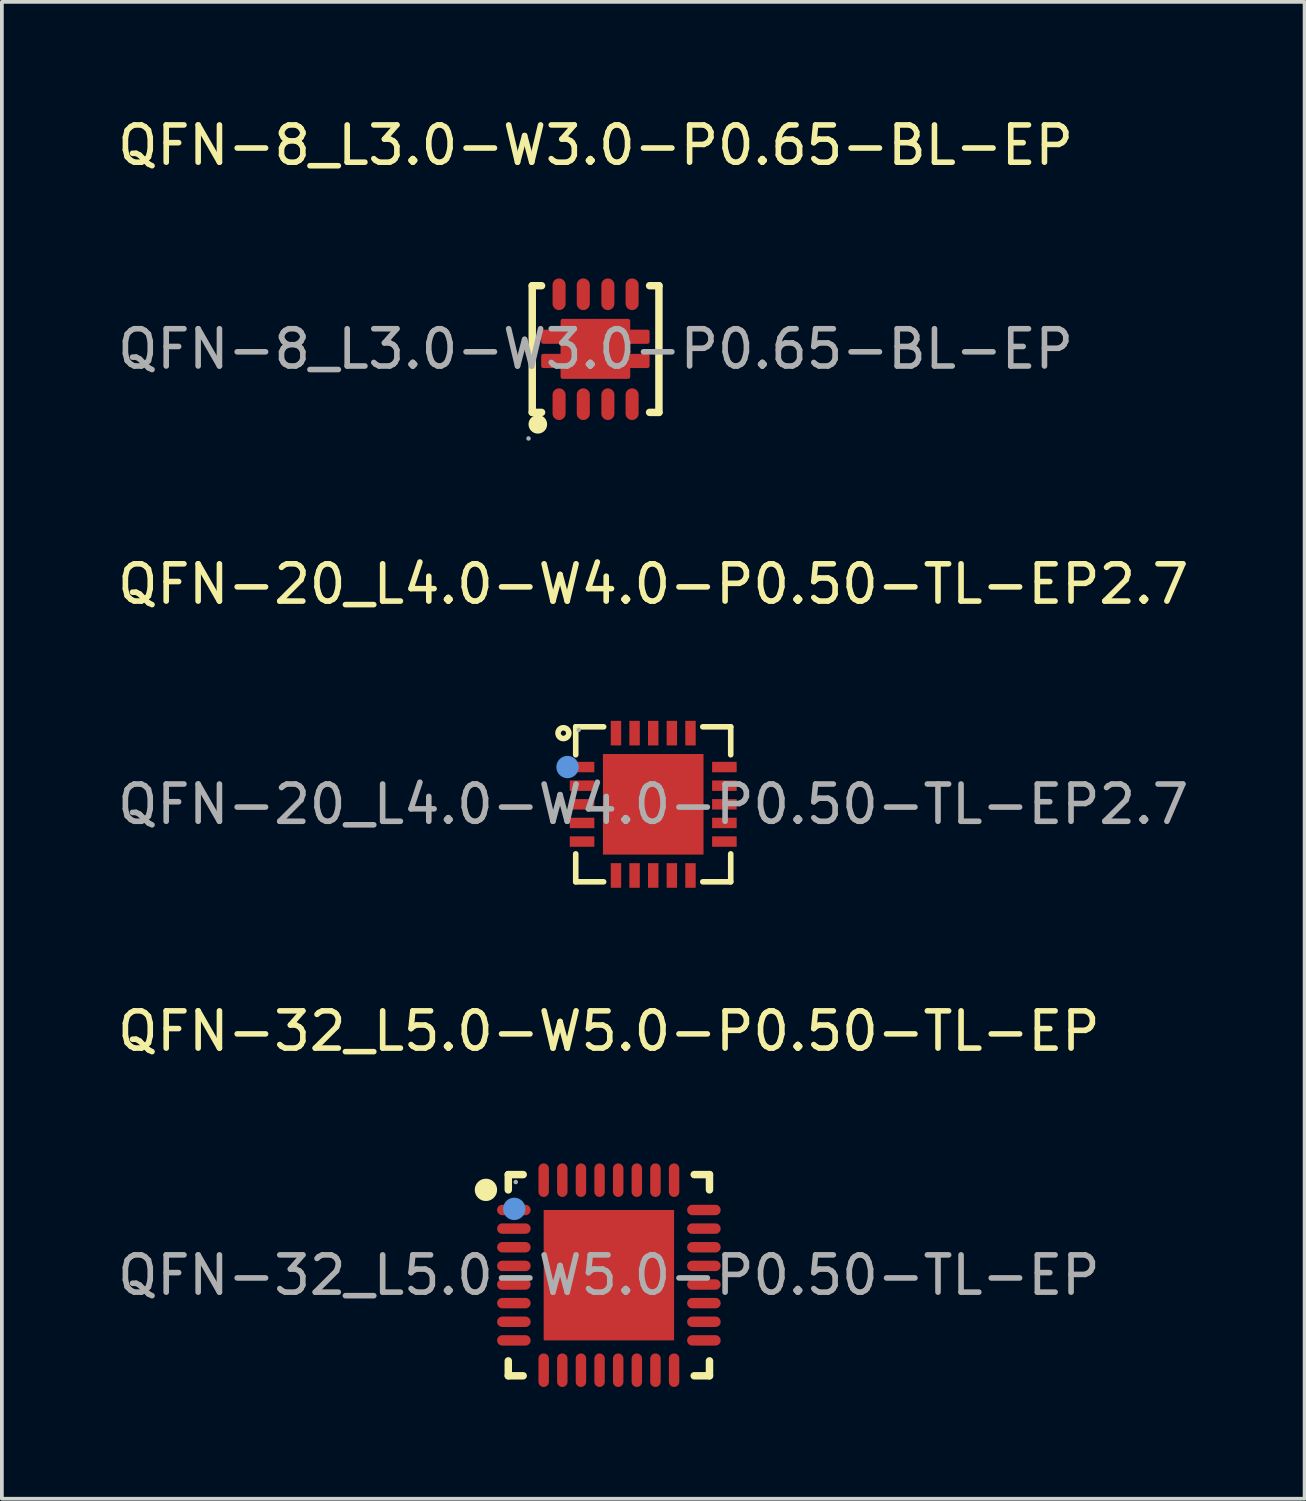
<source format=kicad_pcb>
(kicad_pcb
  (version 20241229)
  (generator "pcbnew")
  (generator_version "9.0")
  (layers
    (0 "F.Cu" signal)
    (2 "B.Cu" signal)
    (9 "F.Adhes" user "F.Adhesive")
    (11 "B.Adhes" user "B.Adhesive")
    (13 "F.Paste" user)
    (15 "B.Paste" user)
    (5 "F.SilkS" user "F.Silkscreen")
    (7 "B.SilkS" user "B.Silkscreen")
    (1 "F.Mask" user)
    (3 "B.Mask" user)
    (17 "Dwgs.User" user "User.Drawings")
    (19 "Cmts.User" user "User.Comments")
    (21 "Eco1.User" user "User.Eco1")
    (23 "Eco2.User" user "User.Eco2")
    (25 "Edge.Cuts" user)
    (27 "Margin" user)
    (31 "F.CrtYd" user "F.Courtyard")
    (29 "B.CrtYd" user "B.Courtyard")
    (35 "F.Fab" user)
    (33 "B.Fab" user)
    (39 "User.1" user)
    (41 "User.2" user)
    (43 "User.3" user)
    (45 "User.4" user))
  (footprint "QFN-8_L3.0-W3.0-P0.65-BL-EP"
    (layer "F.Cu")
    (at 12.935 6.318)
    (property "Reference" "QFN-8_L3.0-W3.0-P0.65-BL-EP" (at 0 -5.47 0) (layer "F.SilkS") (effects (font (size 1 1) (thickness 0.15))))
    (attr through_hole)
    (fp_line (start -1.7 -1.7) (end -1.45 -1.7) (stroke (width 0.2) (type solid)) (layer "F.SilkS"))
    (fp_line (start -1.7 1.7) (end -1.7 -1.7) (stroke (width 0.2) (type solid)) (layer "F.SilkS"))
    (fp_line (start -1.45 1.7) (end -1.7 1.7) (stroke (width 0.2) (type solid)) (layer "F.SilkS"))
    (fp_line (start 1.45 -1.7) (end 1.7 -1.7) (stroke (width 0.2) (type solid)) (layer "F.SilkS"))
    (fp_line (start 1.7 -1.7) (end 1.7 1.7) (stroke (width 0.2) (type solid)) (layer "F.SilkS"))
    (fp_line (start 1.7 1.7) (end 1.45 1.7) (stroke (width 0.2) (type solid)) (layer "F.SilkS"))
    (fp_arc (start -1.55 2.02) (mid -1.55 2.02) (end -1.55 2.02) (stroke (width 0.25) (type solid)) (layer "F.SilkS"))
    (fp_circle (center -1.8 2.4) (end -1.77 2.4) (stroke (width 0.06) (type solid)) (fill no) (layer "F.Fab"))
    (fp_text user "${REFERENCE}" (at 0 0 0) (layer "F.Fab") (effects (font (size 1 1) (thickness 0.15))))
    (pad "1" smd oval (at -0.98 1.48) (size 0.35 0.85) (layers "F.Cu" "F.Mask" "F.Paste"))
    (pad "2" smd oval (at -0.33 1.48) (size 0.35 0.85) (layers "F.Cu" "F.Mask" "F.Paste"))
    (pad "3" smd oval (at 0.33 1.48) (size 0.35 0.85) (layers "F.Cu" "F.Mask" "F.Paste"))
    (pad "4" smd oval (at 0.98 1.48) (size 0.35 0.85) (layers "F.Cu" "F.Mask" "F.Paste"))
    (pad "5" smd oval (at 0.98 -1.47 180) (size 0.35 0.85) (layers "F.Cu" "F.Mask" "F.Paste"))
    (pad "6" smd oval (at 0.33 -1.47 180) (size 0.35 0.85) (layers "F.Cu" "F.Mask" "F.Paste"))
    (pad "7" smd oval (at -0.33 -1.47 180) (size 0.35 0.85) (layers "F.Cu" "F.Mask" "F.Paste"))
    (pad "8" smd oval (at -0.98 -1.47 180) (size 0.35 0.85) (layers "F.Cu" "F.Mask" "F.Paste"))
    (pad "9" smd custom (at 0 0) (size 1 1) (layers "F.Cu" "F.Mask" "F.Paste") (options (anchor circle)) (primitives (gr_poly (pts (xy -1.41 -0.47) (xy -0.89 -0.47) (xy -0.89 -0.76) (xy 0.88 -0.76) (xy 0.88 -0.47) (xy 1.4 -0.47) (xy 1.4 -0.19) (xy 0.88 -0.19) (xy 0.88 0.18) (xy 1.4 0.18) (xy 1.4 0.46) (xy 0.88 0.46) (xy 0.88 0.75) (xy -0.89 0.75) (xy -0.89 0.46) (xy -1.41 0.46) (xy -1.41 0.18) (xy -0.89 0.18) (xy -0.89 -0.19) (xy -1.41 -0.19) (xy -1.41 -0.47)) (width 0.1) (fill yes)))))
  (footprint "QFN-20_L4.0-W4.0-P0.50-TL-EP2.7"
    (layer "F.Cu")
    (at 14.482 18.537)
    (property "Reference" "QFN-20_L4.0-W4.0-P0.50-TL-EP2.7" (at 0 -5.91 0) (layer "F.SilkS") (effects (font (size 1 1) (thickness 0.15))))
    (attr through_hole)
    (fp_line (start -2.08 -2.08) (end -2.08 -1.33) (stroke (width 0.15) (type solid)) (layer "F.SilkS"))
    (fp_line (start -2.08 2.08) (end -2.08 1.33) (stroke (width 0.15) (type solid)) (layer "F.SilkS"))
    (fp_line (start -1.33 -2.08) (end -2.08 -2.08) (stroke (width 0.15) (type solid)) (layer "F.SilkS"))
    (fp_line (start -1.33 2.08) (end -2.08 2.08) (stroke (width 0.15) (type solid)) (layer "F.SilkS"))
    (fp_line (start 1.33 -2.08) (end 2.08 -2.08) (stroke (width 0.15) (type solid)) (layer "F.SilkS"))
    (fp_line (start 1.33 2.08) (end 2.08 2.08) (stroke (width 0.15) (type solid)) (layer "F.SilkS"))
    (fp_line (start 2.08 -2.08) (end 2.08 -1.33) (stroke (width 0.15) (type solid)) (layer "F.SilkS"))
    (fp_line (start 2.08 2.08) (end 2.08 1.33) (stroke (width 0.15) (type solid)) (layer "F.SilkS"))
    (fp_circle (center -2.41 -1.91) (end -2.34 -1.91) (stroke (width 0.15) (type solid)) (fill no) (layer "F.SilkS"))
    (fp_circle (center -2.3 -1) (end -2.15 -1) (stroke (width 0.3) (type solid)) (fill no) (layer "Cmts.User"))
    (fp_circle (center -2 -2) (end -1.97 -2) (stroke (width 0.06) (type solid)) (fill no) (layer "F.Fab"))
    (fp_text user "${REFERENCE}" (at 0 0 0) (layer "F.Fab") (effects (font (size 1 1) (thickness 0.15))))
    (pad "1" smd rect (at -1.91 -1) (size 0.66 0.28) (layers "F.Cu" "F.Mask" "F.Paste"))
    (pad "2" smd rect (at -1.91 -0.5) (size 0.66 0.28) (layers "F.Cu" "F.Mask" "F.Paste"))
    (pad "3" smd rect (at -1.91 0) (size 0.66 0.28) (layers "F.Cu" "F.Mask" "F.Paste"))
    (pad "4" smd rect (at -1.91 0.5) (size 0.66 0.28) (layers "F.Cu" "F.Mask" "F.Paste"))
    (pad "5" smd rect (at -1.91 1) (size 0.66 0.28) (layers "F.Cu" "F.Mask" "F.Paste"))
    (pad "6" smd rect (at -1 1.91) (size 0.28 0.66) (layers "F.Cu" "F.Mask" "F.Paste"))
    (pad "7" smd rect (at -0.5 1.91) (size 0.28 0.66) (layers "F.Cu" "F.Mask" "F.Paste"))
    (pad "8" smd rect (at 0 1.91) (size 0.28 0.66) (layers "F.Cu" "F.Mask" "F.Paste"))
    (pad "9" smd rect (at 0.5 1.91) (size 0.28 0.66) (layers "F.Cu" "F.Mask" "F.Paste"))
    (pad "10" smd rect (at 1 1.91) (size 0.28 0.66) (layers "F.Cu" "F.Mask" "F.Paste"))
    (pad "11" smd rect (at 1.91 1) (size 0.66 0.28) (layers "F.Cu" "F.Mask" "F.Paste"))
    (pad "12" smd rect (at 1.91 0.5) (size 0.66 0.28) (layers "F.Cu" "F.Mask" "F.Paste"))
    (pad "13" smd rect (at 1.91 0) (size 0.66 0.28) (layers "F.Cu" "F.Mask" "F.Paste"))
    (pad "14" smd rect (at 1.91 -0.5) (size 0.66 0.28) (layers "F.Cu" "F.Mask" "F.Paste"))
    (pad "15" smd rect (at 1.91 -1) (size 0.66 0.28) (layers "F.Cu" "F.Mask" "F.Paste"))
    (pad "16" smd rect (at 1 -1.91) (size 0.28 0.66) (layers "F.Cu" "F.Mask" "F.Paste"))
    (pad "17" smd rect (at 0.5 -1.91) (size 0.28 0.66) (layers "F.Cu" "F.Mask" "F.Paste"))
    (pad "18" smd rect (at 0 -1.91) (size 0.28 0.66) (layers "F.Cu" "F.Mask" "F.Paste"))
    (pad "19" smd rect (at -0.5 -1.91) (size 0.28 0.66) (layers "F.Cu" "F.Mask" "F.Paste"))
    (pad "20" smd rect (at -1 -1.91) (size 0.28 0.66) (layers "F.Cu" "F.Mask" "F.Paste"))
    (pad "21" smd rect (at 0 0) (size 2.7 2.7) (layers "F.Cu" "F.Mask" "F.Paste")))
  (footprint "QFN-32_L5.0-W5.0-P0.50-TL-EP"
    (layer "F.Cu")
    (at 13.292 31.175)
    (property "Reference" "QFN-32_L5.0-W5.0-P0.50-TL-EP" (at 0 -6.55 0) (layer "F.SilkS") (effects (font (size 1 1) (thickness 0.15))))
    (attr through_hole)
    (fp_line (start -2.7 -2.7) (end -2.3 -2.7) (stroke (width 0.2) (type solid)) (layer "F.SilkS"))
    (fp_line (start -2.7 -2.29) (end -2.7 -2.7) (stroke (width 0.2) (type solid)) (layer "F.SilkS"))
    (fp_line (start -2.7 2.3) (end -2.7 2.7) (stroke (width 0.2) (type solid)) (layer "F.SilkS"))
    (fp_line (start -2.7 2.7) (end -2.3 2.7) (stroke (width 0.2) (type solid)) (layer "F.SilkS"))
    (fp_line (start 2.29 -2.7) (end 2.7 -2.7) (stroke (width 0.2) (type solid)) (layer "F.SilkS"))
    (fp_line (start 2.29 2.7) (end 2.7 2.7) (stroke (width 0.2) (type solid)) (layer "F.SilkS"))
    (fp_line (start 2.7 -2.7) (end 2.7 -2.29) (stroke (width 0.2) (type solid)) (layer "F.SilkS"))
    (fp_line (start 2.7 2.7) (end 2.7 2.3) (stroke (width 0.2) (type solid)) (layer "F.SilkS"))
    (fp_circle (center -3.3 -2.29) (end -3.15 -2.29) (stroke (width 0.3) (type solid)) (fill no) (layer "F.SilkS"))
    (fp_circle (center -2.54 -1.78) (end -2.39 -1.78) (stroke (width 0.3) (type solid)) (fill no) (layer "Cmts.User"))
    (fp_circle (center -2.5 -2.5) (end -2.47 -2.5) (stroke (width 0.06) (type solid)) (fill no) (layer "F.Fab"))
    (fp_text user "${REFERENCE}" (at 0 0 0) (layer "F.Fab") (effects (font (size 1 1) (thickness 0.15))))
    (pad "1" smd oval (at -2.55 -1.75 90) (size 0.28 0.9) (layers "F.Cu" "F.Mask" "F.Paste"))
    (pad "2" smd oval (at -2.55 -1.25 90) (size 0.28 0.9) (layers "F.Cu" "F.Mask" "F.Paste"))
    (pad "3" smd oval (at -2.55 -0.75 90) (size 0.28 0.9) (layers "F.Cu" "F.Mask" "F.Paste"))
    (pad "4" smd oval (at -2.55 -0.25 90) (size 0.28 0.9) (layers "F.Cu" "F.Mask" "F.Paste"))
    (pad "5" smd oval (at -2.55 0.25 90) (size 0.28 0.9) (layers "F.Cu" "F.Mask" "F.Paste"))
    (pad "6" smd oval (at -2.55 0.75 90) (size 0.28 0.9) (layers "F.Cu" "F.Mask" "F.Paste"))
    (pad "7" smd oval (at -2.55 1.25 90) (size 0.28 0.9) (layers "F.Cu" "F.Mask" "F.Paste"))
    (pad "8" smd oval (at -2.55 1.75 90) (size 0.28 0.9) (layers "F.Cu" "F.Mask" "F.Paste"))
    (pad "9" smd oval (at -1.75 2.55) (size 0.28 0.9) (layers "F.Cu" "F.Mask" "F.Paste"))
    (pad "10" smd oval (at -1.25 2.55) (size 0.28 0.9) (layers "F.Cu" "F.Mask" "F.Paste"))
    (pad "11" smd oval (at -0.75 2.55) (size 0.28 0.9) (layers "F.Cu" "F.Mask" "F.Paste"))
    (pad "12" smd oval (at -0.25 2.55) (size 0.28 0.9) (layers "F.Cu" "F.Mask" "F.Paste"))
    (pad "13" smd oval (at 0.25 2.55) (size 0.28 0.9) (layers "F.Cu" "F.Mask" "F.Paste"))
    (pad "14" smd oval (at 0.75 2.55) (size 0.28 0.9) (layers "F.Cu" "F.Mask" "F.Paste"))
    (pad "15" smd oval (at 1.25 2.55) (size 0.28 0.9) (layers "F.Cu" "F.Mask" "F.Paste"))
    (pad "16" smd oval (at 1.75 2.55) (size 0.28 0.9) (layers "F.Cu" "F.Mask" "F.Paste"))
    (pad "17" smd oval (at 2.55 1.75 90) (size 0.28 0.9) (layers "F.Cu" "F.Mask" "F.Paste"))
    (pad "18" smd oval (at 2.55 1.25 90) (size 0.28 0.9) (layers "F.Cu" "F.Mask" "F.Paste"))
    (pad "19" smd oval (at 2.55 0.75 90) (size 0.28 0.9) (layers "F.Cu" "F.Mask" "F.Paste"))
    (pad "20" smd oval (at 2.55 0.25 90) (size 0.28 0.9) (layers "F.Cu" "F.Mask" "F.Paste"))
    (pad "21" smd oval (at 2.55 -0.25 90) (size 0.28 0.9) (layers "F.Cu" "F.Mask" "F.Paste"))
    (pad "22" smd oval (at 2.55 -0.75 90) (size 0.28 0.9) (layers "F.Cu" "F.Mask" "F.Paste"))
    (pad "23" smd oval (at 2.55 -1.25 90) (size 0.28 0.9) (layers "F.Cu" "F.Mask" "F.Paste"))
    (pad "24" smd oval (at 2.55 -1.75 90) (size 0.28 0.9) (layers "F.Cu" "F.Mask" "F.Paste"))
    (pad "25" smd oval (at 1.75 -2.55) (size 0.28 0.9) (layers "F.Cu" "F.Mask" "F.Paste"))
    (pad "26" smd oval (at 1.25 -2.55) (size 0.28 0.9) (layers "F.Cu" "F.Mask" "F.Paste"))
    (pad "27" smd oval (at 0.75 -2.55) (size 0.28 0.9) (layers "F.Cu" "F.Mask" "F.Paste"))
    (pad "28" smd oval (at 0.25 -2.55) (size 0.28 0.9) (layers "F.Cu" "F.Mask" "F.Paste"))
    (pad "29" smd oval (at -0.25 -2.55) (size 0.28 0.9) (layers "F.Cu" "F.Mask" "F.Paste"))
    (pad "30" smd oval (at -0.75 -2.55) (size 0.28 0.9) (layers "F.Cu" "F.Mask" "F.Paste"))
    (pad "31" smd oval (at -1.25 -2.55) (size 0.28 0.9) (layers "F.Cu" "F.Mask" "F.Paste"))
    (pad "32" smd oval (at -1.75 -2.55) (size 0.28 0.9) (layers "F.Cu" "F.Mask" "F.Paste"))
    (pad "33" smd rect (at 0 0) (size 3.5 3.5) (layers "F.Cu" "F.Mask" "F.Paste")))
  (gr_rect
    (start -3 -3)
    (end 31.964 37.175)
    (stroke (width 0.1) (type default))
    (fill no)
    (layer "Edge.Cuts")))
</source>
